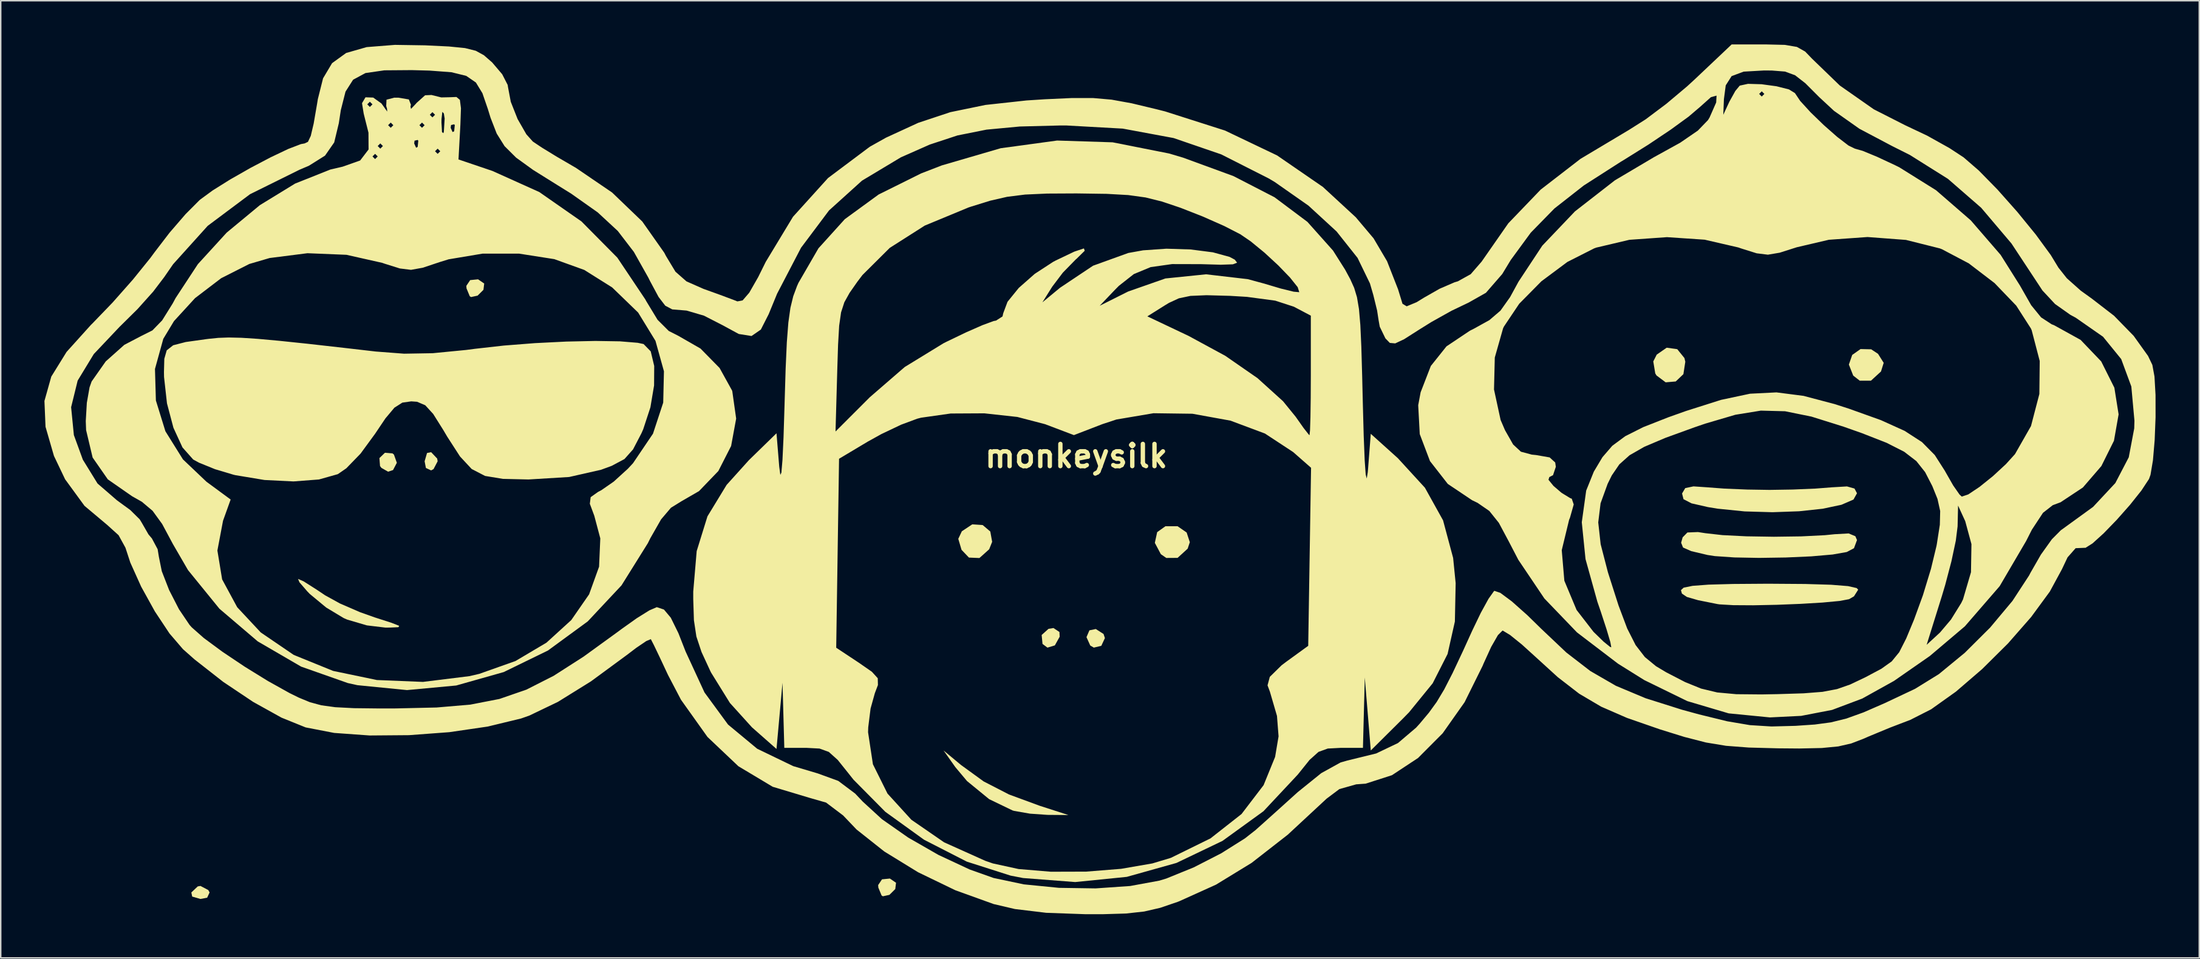
<source format=kicad_pcb>
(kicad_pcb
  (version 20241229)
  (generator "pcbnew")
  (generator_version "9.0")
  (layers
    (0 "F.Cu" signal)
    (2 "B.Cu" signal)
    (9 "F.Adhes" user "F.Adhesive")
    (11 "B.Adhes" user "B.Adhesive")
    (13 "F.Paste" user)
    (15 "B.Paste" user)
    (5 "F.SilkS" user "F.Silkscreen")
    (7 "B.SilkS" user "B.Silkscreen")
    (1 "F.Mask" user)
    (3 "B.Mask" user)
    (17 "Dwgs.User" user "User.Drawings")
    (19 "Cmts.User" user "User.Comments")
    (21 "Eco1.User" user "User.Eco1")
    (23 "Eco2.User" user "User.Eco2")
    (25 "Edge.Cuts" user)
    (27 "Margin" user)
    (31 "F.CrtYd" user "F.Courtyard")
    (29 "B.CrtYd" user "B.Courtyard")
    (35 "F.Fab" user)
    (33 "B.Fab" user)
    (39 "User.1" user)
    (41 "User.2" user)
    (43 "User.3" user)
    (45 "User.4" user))
  (footprint "monkeysilk"
    (layer "F.Cu")
    (at 70.808 28.262)
    (property "Reference" "monkeysilk" (at 0 0 0) (layer "F.SilkS") (effects (font (size 1.524 1.524) (thickness 0.3))))
    (attr board_only exclude_from_pos_files exclude_from_bom)
    (fp_poly (pts (xy -59.564 29.796) (xy -59.475 29.961) (xy -59.641 30.32) (xy -60.101 30.408) (xy -60.669 30.244) (xy -60.727 29.961) (xy -60.288 29.546) (xy -60.101 29.514)) (stroke (width 0) (type solid)) (fill yes) (layer "F.SilkS"))
    (fp_poly (pts (xy -43.856 0.171) (xy -43.824 0.358) (xy -44.106 0.895) (xy -44.271 0.984) (xy -44.63 0.818) (xy -44.718 0.358) (xy -44.553 -0.21) (xy -44.271 -0.268)) (stroke (width 0) (type solid)) (fill yes) (layer "F.SilkS"))
    (fp_poly (pts (xy -1.153 12.079) (xy -1.136 12.402) (xy -1.467 12.998) (xy -1.976 13.152) (xy -2.314 12.898) (xy -2.373 12.284) (xy -1.903 11.862) (xy -1.563 11.806)) (stroke (width 0) (type solid)) (fill yes) (layer "F.SilkS"))
    (fp_poly (pts (xy 1.874 12.215) (xy 1.968 12.496) (xy 1.72 13.029) (xy 1.206 13.15) (xy 0.961 13.006) (xy 0.703 12.433) (xy 0.904 11.965) (xy 1.342 11.874)) (stroke (width 0) (type solid)) (fill yes) (layer "F.SilkS"))
    (fp_poly (pts (xy -46.923 -0.183) (xy -46.824 -0.103) (xy -46.624 0.461) (xy -46.885 0.96) (xy -47.223 1.073) (xy -47.681 0.813) (xy -47.778 0.684) (xy -47.82 0.139) (xy -47.442 -0.227)) (stroke (width 0) (type solid)) (fill yes) (layer "F.SilkS"))
    (fp_poly (pts (xy -40.629 -11.846) (xy -40.681 -11.413) (xy -41.082 -11.015) (xy -41.532 -10.917) (xy -41.621 -10.974) (xy -41.843 -11.513) (xy -41.856 -11.686) (xy -41.592 -12.081) (xy -41.05 -12.135)) (stroke (width 0) (type solid)) (fill yes) (layer "F.SilkS"))
    (fp_poly (pts (xy -12.367 29.295) (xy -12.419 29.728) (xy -12.82 30.126) (xy -13.27 30.224) (xy -13.359 30.167) (xy -13.581 29.628) (xy -13.594 29.454) (xy -13.33 29.06) (xy -12.788 29.006)) (stroke (width 0) (type solid)) (fill yes) (layer "F.SilkS"))
    (fp_poly (pts (xy -6.419 4.737) (xy -5.898 5.18) (xy -5.77 5.887) (xy -5.974 6.399) (xy -6.643 7) (xy -7.364 6.97) (xy -7.871 6.438) (xy -8.095 5.683) (xy -7.851 5.164) (xy -7.136 4.689)) (stroke (width 0) (type solid)) (fill yes) (layer "F.SilkS"))
    (fp_poly (pts (xy 6.955 4.818) (xy 7.577 5.248) (xy 7.795 5.914) (xy 7.647 6.357) (xy 6.955 6.99) (xy 6.18 6.995) (xy 5.806 6.736) (xy 5.394 5.959) (xy 5.554 5.223) (xy 6.122 4.817)) (stroke (width 0) (type solid)) (fill yes) (layer "F.SilkS"))
    (fp_poly (pts (xy 54.555 -7.33) (xy 55.025 -7.018) (xy 55.413 -6.401) (xy 55.227 -5.807) (xy 54.537 -5.174) (xy 53.771 -5.174) (xy 53.321 -5.525) (xy 53.023 -6.282) (xy 53.252 -6.944) (xy 53.824 -7.347)) (stroke (width 0) (type solid)) (fill yes) (layer "F.SilkS"))
    (fp_poly (pts (xy 41.245 -7.339) (xy 41.739 -6.728) (xy 41.798 -6.476) (xy 41.667 -5.623) (xy 41.141 -5.122) (xy 40.45 -5.063) (xy 39.821 -5.534) (xy 39.736 -5.675) (xy 39.6 -6.498) (xy 39.837 -6.966) (xy 40.521 -7.44)) (stroke (width 0) (type solid)) (fill yes) (layer "F.SilkS"))
    (fp_poly (pts (xy -7.908 21.209) (xy -6.352 22.339) (xy -4.608 23.237) (xy -2.504 24.011) (xy -0.537 24.646) (xy -1.968 24.635) (xy -3.175 24.551) (xy -4.254 24.363) (xy -4.368 24.331) (xy -5.977 23.555) (xy -7.496 22.311) (xy -8.294 21.361) (xy -9.105 20.213)) (stroke (width 0) (type solid)) (fill yes) (layer "F.SilkS"))
    (fp_poly (pts (xy -53.021 8.602) (xy -52.117 9.177) (xy -51.549 9.559) (xy -50.525 10.123) (xy -49.16 10.715) (xy -48.15 11.074) (xy -46.993 11.447) (xy -46.464 11.655) (xy -46.512 11.748) (xy -47.083 11.774) (xy -47.401 11.778) (xy -48.683 11.624) (xy -50.024 11.23) (xy -50.263 11.127) (xy -51.469 10.402) (xy -52.6 9.465) (xy -52.768 9.291) (xy -53.307 8.668) (xy -53.404 8.435)) (stroke (width 0) (type solid)) (fill yes) (layer "F.SilkS"))
    (fp_poly (pts (xy 43.299 2.145) (xy 44.489 2.235) (xy 46.049 2.299) (xy 47.58 2.323) (xy 49.17 2.298) (xy 50.723 2.233) (xy 51.862 2.145) (xy 52.893 2.084) (xy 53.409 2.23) (xy 53.58 2.554) (xy 53.339 2.986) (xy 52.512 3.344) (xy 51.225 3.616) (xy 49.605 3.79) (xy 47.779 3.855) (xy 45.872 3.8) (xy 44.011 3.611) (xy 43.356 3.504) (xy 42.224 3.246) (xy 41.674 2.96) (xy 41.577 2.576) (xy 41.579 2.563) (xy 41.794 2.199) (xy 42.359 2.081)) (stroke (width 0) (type solid)) (fill yes) (layer "F.SilkS"))
    (fp_poly (pts (xy 43.179 5.296) (xy 44.353 5.428) (xy 46 5.51) (xy 47.878 5.539) (xy 49.748 5.514) (xy 51.369 5.433) (xy 52.043 5.366) (xy 53.008 5.312) (xy 53.468 5.503) (xy 53.581 5.767) (xy 53.373 6.327) (xy 52.874 6.589) (xy 51.908 6.759) (xy 50.441 6.886) (xy 48.686 6.964) (xy 46.856 6.991) (xy 45.165 6.96) (xy 43.826 6.868) (xy 43.327 6.792) (xy 42.201 6.526) (xy 41.642 6.278) (xy 41.511 5.95) (xy 41.615 5.58) (xy 41.942 5.246) (xy 42.666 5.217)) (stroke (width 0) (type solid)) (fill yes) (layer "F.SilkS"))
    (fp_poly (pts (xy 50.026 8.782) (xy 51.806 8.835) (xy 52.967 8.928) (xy 53.559 9.063) (xy 53.662 9.174) (xy 53.372 9.631) (xy 53.036 9.826) (xy 52.39 9.947) (xy 51.219 10.057) (xy 49.713 10.147) (xy 48.063 10.212) (xy 46.458 10.245) (xy 45.09 10.237) (xy 44.148 10.182) (xy 44.003 10.161) (xy 42.674 9.895) (xy 41.909 9.674) (xy 41.566 9.443) (xy 41.499 9.205) (xy 41.686 9.034) (xy 42.295 8.91) (xy 43.398 8.827) (xy 45.068 8.781) (xy 47.375 8.765) (xy 47.58 8.765)) (stroke (width 0) (type solid)) (fill yes) (layer "F.SilkS"))
    (fp_poly (pts (xy -57.29 -8.121) (xy -56.159 -8.047) (xy -54.676 -7.912) (xy -52.744 -7.71) (xy -50.269 -7.431) (xy -48.069 -7.177) (xy -46.13 -7.029) (xy -44.163 -7.062) (xy -41.871 -7.285) (xy -41.272 -7.363) (xy -39.289 -7.586) (xy -37.144 -7.754) (xy -34.995 -7.861) (xy -32.999 -7.904) (xy -31.313 -7.877) (xy -30.096 -7.777) (xy -29.691 -7.691) (xy -29.201 -7.189) (xy -28.962 -6.186) (xy -28.971 -4.849) (xy -29.223 -3.346) (xy -29.715 -1.844) (xy -29.84 -1.561) (xy -30.413 -0.46) (xy -31.004 0.205) (xy -31.876 0.67) (xy -32.609 0.94) (xy -34.8 1.437) (xy -37.577 1.606) (xy -37.615 1.606) (xy -39.344 1.566) (xy -40.57 1.364) (xy -41.488 0.889) (xy -42.289 0.028) (xy -43.166 -1.33) (xy -43.435 -1.786) (xy -44.129 -2.89) (xy -44.676 -3.49) (xy -45.236 -3.728) (xy -45.636 -3.756) (xy -46.247 -3.669) (xy -46.79 -3.323) (xy -47.406 -2.589) (xy -48.117 -1.531) (xy -49.112 -0.171) (xy -50.089 0.838) (xy -50.675 1.242) (xy -51.969 1.607) (xy -53.719 1.741) (xy -55.706 1.643) (xy -57.709 1.31) (xy -57.842 1.278) (xy -59.1 0.902) (xy -60.205 0.453) (xy -60.6 0.236) (xy -61.335 -0.592) (xy -61.956 -1.942) (xy -62.399 -3.618) (xy -62.6 -5.428) (xy -62.606 -5.765) (xy -62.582 -6.679) (xy -62.417 -7.259) (xy -61.972 -7.608) (xy -61.108 -7.831) (xy -59.685 -8.03) (xy -59.531 -8.049) (xy -58.88 -8.115) (xy -58.166 -8.141)) (stroke (width 0) (type solid)) (fill yes) (layer "F.SilkS"))
    (fp_poly (pts (xy -43.576 -24.624) (xy -42.99 -24.636) (xy -42.534 -24.654) (xy -42.297 -24.454) (xy -42.224 -23.877) (xy -42.263 -22.766) (xy -42.274 -22.554) (xy -42.393 -20.365) (xy -40.059 -19.573) (xy -36.849 -18.127) (xy -33.956 -16.111) (xy -31.492 -13.622) (xy -29.571 -10.753) (xy -29.514 -10.646) (xy -28.732 -9.356) (xy -27.964 -8.589) (xy -27.307 -8.255) (xy -25.786 -7.382) (xy -24.476 -6.048) (xy -23.623 -4.507) (xy -23.603 -4.445) (xy -23.338 -2.573) (xy -23.684 -0.691) (xy -24.56 1.027) (xy -25.887 2.406) (xy -27.068 3.088) (xy -27.812 3.547) (xy -28.489 4.345) (xy -29.226 5.636) (xy -29.399 5.983) (xy -31.206 8.878) (xy -33.521 11.348) (xy -36.249 13.347) (xy -39.29 14.83) (xy -42.549 15.752) (xy -45.928 16.067) (xy -49.329 15.73) (xy -49.987 15.585) (xy -53.194 14.455) (xy -56.172 12.722) (xy -58.8 10.481) (xy -60.955 7.83) (xy -61.991 6.043) (xy -62.73 4.663) (xy -63.385 3.76) (xy -64.121 3.139) (xy -64.795 2.757) (xy -66.46 1.599) (xy -67.501 0.102) (xy -67.949 -1.783) (xy -67.972 -2.402) (xy -67.899 -3.656) (xy -67.712 -4.721) (xy -67.57 -5.121) (xy -66.967 -5.98) (xy -63.223 -5.98) (xy -63.16 -3.817) (xy -62.506 -1.701) (xy -61.302 0.229) (xy -59.692 1.76) (xy -58.03 2.984) (xy -58.553 4.443) (xy -58.939 6.486) (xy -58.614 8.466) (xy -57.579 10.379) (xy -55.963 12.11) (xy -53.701 13.652) (xy -50.999 14.75) (xy -47.996 15.376) (xy -44.831 15.505) (xy -41.644 15.11) (xy -40.968 14.953) (xy -38.483 14.072) (xy -36.358 12.813) (xy -34.654 11.26) (xy -33.43 9.493) (xy -32.746 7.596) (xy -32.662 5.651) (xy -33.073 4.102) (xy -33.38 3.274) (xy -33.323 2.822) (xy -32.825 2.467) (xy -32.59 2.343) (xy -31.739 1.753) (xy -30.774 0.874) (xy -30.417 0.491) (xy -29.045 -1.539) (xy -28.344 -3.67) (xy -28.294 -5.821) (xy -28.875 -7.91) (xy -30.067 -9.855) (xy -31.847 -11.577) (xy -33.761 -12.779) (xy -35.816 -13.52) (xy -38.231 -13.898) (xy -40.738 -13.899) (xy -43.073 -13.508) (xy -43.694 -13.315) (xy -44.85 -12.93) (xy -45.652 -12.786) (xy -46.416 -12.88) (xy -47.462 -13.208) (xy -47.629 -13.266) (xy -50.082 -13.818) (xy -52.759 -13.927) (xy -55.355 -13.597) (xy -56.75 -13.188) (xy -58.682 -12.21) (xy -60.473 -10.843) (xy -61.918 -9.266) (xy -62.652 -8.049) (xy -63.223 -5.98) (xy -66.967 -5.98) (xy -66.601 -6.5) (xy -65.326 -7.637) (xy -64.164 -8.245) (xy -63.399 -8.628) (xy -62.731 -9.315) (xy -62.01 -10.473) (xy -61.808 -10.847) (xy -60.279 -13.176) (xy -58.301 -15.342) (xy -56.026 -17.226) (xy -53.605 -18.709) (xy -51.191 -19.671) (xy -50.343 -19.869) (xy -49.142 -20.294) (xy -48.931 -20.57) (xy -48.296 -20.57) (xy -48.117 -20.392) (xy -47.938 -20.57) (xy -48.117 -20.749) (xy -48.296 -20.57) (xy -48.931 -20.57) (xy -48.658 -20.928) (xy -44.003 -20.928) (xy -43.824 -20.749) (xy -43.645 -20.928) (xy -43.824 -21.107) (xy -44.003 -20.928) (xy -48.658 -20.928) (xy -48.564 -21.051) (xy -48.566 -21.286) (xy -47.938 -21.286) (xy -47.759 -21.107) (xy -47.58 -21.286) (xy -47.759 -21.465) (xy -45.434 -21.465) (xy -45.303 -21.17) (xy -45.195 -21.226) (xy -45.152 -21.651) (xy -45.195 -21.703) (xy -45.408 -21.654) (xy -45.434 -21.465) (xy -47.759 -21.465) (xy -47.938 -21.286) (xy -48.566 -21.286) (xy -48.571 -22.202) (xy -48.665 -22.579) (xy -48.7 -22.717) (xy -47.223 -22.717) (xy -47.044 -22.538) (xy -46.865 -22.717) (xy -45.076 -22.717) (xy -44.897 -22.538) (xy -44.718 -22.717) (xy -44.897 -22.896) (xy -43.562 -22.896) (xy -43.525 -22.245) (xy -43.432 -22.168) (xy -43.398 -22.27) (xy -43.382 -22.538) (xy -42.93 -22.538) (xy -42.799 -22.244) (xy -42.691 -22.3) (xy -42.648 -22.724) (xy -42.691 -22.777) (xy -42.904 -22.727) (xy -42.93 -22.538) (xy -43.382 -22.538) (xy -43.343 -23.177) (xy -43.398 -23.522) (xy -43.502 -23.633) (xy -43.559 -23.139) (xy -43.562 -22.896) (xy -44.897 -22.896) (xy -45.076 -22.717) (xy -46.865 -22.717) (xy -47.044 -22.896) (xy -47.223 -22.717) (xy -48.7 -22.717) (xy -48.879 -23.432) (xy -44.361 -23.432) (xy -44.182 -23.254) (xy -44.003 -23.432) (xy -44.182 -23.611) (xy -44.361 -23.432) (xy -48.879 -23.432) (xy -48.901 -23.524) (xy -49.002 -24.148) (xy -48.654 -24.148) (xy -48.475 -23.969) (xy -48.296 -24.148) (xy -48.475 -24.327) (xy -48.654 -24.148) (xy -49.002 -24.148) (xy -49.01 -24.2) (xy -49.011 -24.235) (xy -48.776 -24.632) (xy -48.246 -24.613) (xy -47.682 -24.209) (xy -47.571 -24.058) (xy -47.285 -23.651) (xy -47.299 -23.851) (xy -47.354 -24.034) (xy -47.334 -24.467) (xy -46.802 -24.607) (xy -46.518 -24.606) (xy -45.8 -24.485) (xy -45.657 -24.119) (xy -45.688 -24.005) (xy -45.654 -23.835) (xy -45.31 -24.197) (xy -45.274 -24.243) (xy -44.686 -24.77) (xy -44.247 -24.791)) (stroke (width 0) (type solid)) (fill yes) (layer "F.SilkS"))
    (fp_poly (pts (xy 2.498 -21.541) (xy 6.364 -20.775) (xy 7.334 -20.488) (xy 10.789 -19.222) (xy 13.61 -17.768) (xy 15.865 -16.079) (xy 17.622 -14.11) (xy 18.449 -12.803) (xy 18.806 -12.142) (xy 19.073 -11.549) (xy 19.267 -10.905) (xy 19.403 -10.094) (xy 19.497 -8.999) (xy 19.565 -7.503) (xy 19.623 -5.489) (xy 19.664 -3.756) (xy 19.728 -1.393) (xy 19.795 0.282) (xy 19.864 1.262) (xy 19.935 1.54) (xy 20.007 1.111) (xy 20.022 0.935) (xy 20.213 -1.528) (xy 22.073 0.147) (xy 23.93 2.175) (xy 25.174 4.414) (xy 25.865 6.994) (xy 26.038 8.726) (xy 25.985 11.36) (xy 25.484 13.589) (xy 24.461 15.602) (xy 22.843 17.589) (xy 22.4 18.041) (xy 20.214 20.213) (xy 20.008 17.708) (xy 19.802 15.204) (xy 19.739 17.619) (xy 19.676 20.034) (xy 18.14 20.034) (xy 17.262 20.08) (xy 16.626 20.31) (xy 16.015 20.858) (xy 15.212 21.858) (xy 15.208 21.864) (xy 12.847 24.386) (xy 10.035 26.422) (xy 6.874 27.936) (xy 3.471 28.89) (xy -0.07 29.247) (xy -3.645 28.971) (xy -4.507 28.804) (xy -7.511 27.844) (xy -10.443 26.342) (xy -13.102 24.424) (xy -15.29 22.213) (xy -15.566 21.864) (xy -16.369 20.861) (xy -16.981 20.312) (xy -17.617 20.081) (xy -18.493 20.034) (xy -18.497 20.034) (xy -20.034 20.034) (xy -20.096 17.798) (xy -20.157 15.562) (xy -20.364 17.835) (xy -20.57 20.109) (xy -22.257 18.621) (xy -23.766 16.952) (xy -25.055 14.872) (xy -25.119 14.745) (xy -25.716 13.451) (xy -25.813 13.159) (xy -16.472 13.159) (xy -14.92 14.187) (xy -14.023 14.81) (xy -13.621 15.253) (xy -13.609 15.719) (xy -13.822 16.283) (xy -14.114 17.334) (xy -14.275 18.623) (xy -14.286 18.961) (xy -13.953 21.159) (xy -12.952 23.173) (xy -11.313 24.971) (xy -9.066 26.52) (xy -6.244 27.788) (xy -5.724 27.968) (xy -3.958 28.353) (xy -1.744 28.538) (xy 0.682 28.531) (xy 3.083 28.338) (xy 5.224 27.968) (xy 6.491 27.587) (xy 9.212 26.25) (xy 11.343 24.577) (xy 12.857 22.595) (xy 13.648 20.654) (xy 13.885 19.243) (xy 13.776 17.84) (xy 13.291 16.177) (xy 13.128 15.741) (xy 13.283 15.159) (xy 14.094 14.363) (xy 14.421 14.116) (xy 15.92 13.028) (xy 16.017 6.916) (xy 16.115 0.804) (xy 14.884 -0.277) (xy 12.951 -1.547) (xy 10.584 -2.432) (xy 7.971 -2.906) (xy 5.299 -2.941) (xy 2.755 -2.51) (xy 1.799 -2.194) (xy -0.159 -1.439) (xy -2.137 -2.189) (xy -4.044 -2.686) (xy -6.31 -2.934) (xy -8.617 -2.922) (xy -10.648 -2.634) (xy -10.911 -2.566) (xy -12.016 -2.155) (xy -13.368 -1.512) (xy -14.31 -0.99) (xy -16.277 0.185) (xy -16.375 6.672) (xy -16.472 13.159) (xy -25.813 13.159) (xy -26.068 12.39) (xy -26.237 11.27) (xy -26.284 9.804) (xy -26.284 9.308) (xy -26.047 6.524) (xy -25.308 4.139) (xy -23.993 1.979) (xy -22.465 0.283) (xy -20.57 -1.565) (xy -20.382 0.738) (xy -20.307 1.291) (xy -20.233 1.133) (xy -20.16 0.269) (xy -20.087 -1.298) (xy -20.075 -1.687) (xy -16.519 -1.687) (xy -14.167 -4.039) (xy -11.769 -6.115) (xy -9.111 -7.743) (xy -8.907 -7.846) (xy -7.562 -8.493) (xy -6.426 -8.992) (xy -5.672 -9.269) (xy -5.504 -9.301) (xy -5.059 -9.586) (xy -5.058 -9.592) (xy 4.88 -9.592) (xy 7.717 -8.246) (xy 10.23 -6.882) (xy 12.439 -5.351) (xy 14.193 -3.764) (xy 15.059 -2.699) (xy 15.604 -1.926) (xy 15.956 -1.478) (xy 16.009 -1.433) (xy 16.044 -1.767) (xy 16.073 -2.674) (xy 16.092 -4.014) (xy 16.099 -5.536) (xy 16.099 -9.641) (xy 14.936 -10.254) (xy 13.659 -10.67) (xy 11.71 -10.931) (xy 10.554 -11) (xy 8.939 -11.044) (xy 7.836 -10.997) (xy 7.044 -10.831) (xy 6.363 -10.517) (xy 6.107 -10.362) (xy 4.88 -9.592) (xy -5.058 -9.592) (xy -5.008 -9.811) (xy -4.716 -10.592) (xy -3.944 -11.544) (xy -2.848 -12.51) (xy -1.583 -13.335) (xy -1.396 -13.433) (xy -0.133 -14.036) (xy 0.527 -14.257) (xy 0.582 -14.096) (xy 0.032 -13.554) (xy -0.04 -13.492) (xy -0.919 -12.593) (xy -1.649 -11.627) (xy -2.323 -10.554) (xy -1.114 -11.554) (xy 1.153 -13.069) (xy 3.571 -13.943) (xy 4.59 -14.126) (xy 6.187 -14.237) (xy 7.858 -14.184) (xy 9.379 -13.988) (xy 10.525 -13.674) (xy 10.88 -13.484) (xy 11.04 -13.277) (xy 10.749 -13.165) (xy 9.918 -13.137) (xy 8.559 -13.176) (xy 6.578 -13.181) (xy 5.107 -12.973) (xy 3.953 -12.495) (xy 2.927 -11.688) (xy 2.636 -11.394) (xy 1.61 -10.319) (xy 3.568 -11.3) (xy 6.122 -12.194) (xy 8.909 -12.479) (xy 11.772 -12.146) (xy 12.864 -11.85) (xy 14.041 -11.501) (xy 14.917 -11.286) (xy 15.305 -11.251) (xy 15.306 -11.252) (xy 15.196 -11.599) (xy 14.669 -12.258) (xy 13.863 -13.093) (xy 12.917 -13.967) (xy 11.972 -14.742) (xy 11.261 -15.228) (xy 10.157 -15.795) (xy 8.686 -16.446) (xy 7.161 -17.044) (xy 7.117 -17.06) (xy 5.874 -17.477) (xy 4.76 -17.755) (xy 3.566 -17.92) (xy 2.084 -18.003) (xy 0.106 -18.031) (xy 0 -18.032) (xy -2.004 -18.022) (xy -3.512 -17.954) (xy -4.741 -17.8) (xy -5.91 -17.532) (xy -7.237 -17.12) (xy -7.393 -17.068) (xy -10.395 -15.824) (xy -12.796 -14.295) (xy -14.67 -12.431) (xy -15.025 -11.963) (xy -15.556 -11.203) (xy -15.914 -10.56) (xy -16.139 -9.864) (xy -16.27 -8.946) (xy -16.345 -7.637) (xy -16.398 -5.954) (xy -16.519 -1.687) (xy -20.075 -1.687) (xy -20.016 -3.562) (xy -20.016 -3.577) (xy -19.943 -5.992) (xy -19.861 -7.815) (xy -19.756 -9.17) (xy -19.614 -10.181) (xy -19.421 -10.973) (xy -19.163 -11.668) (xy -19.065 -11.889) (xy -17.692 -14.262) (xy -15.883 -16.264) (xy -13.56 -17.958) (xy -10.647 -19.405) (xy -9.228 -19.955) (xy -5.185 -21.135) (xy -1.314 -21.663)) (stroke (width 0) (type solid)) (fill yes) (layer "F.SilkS"))
    (fp_poly (pts (xy 48.632 -28.231) (xy 49.456 -28.091) (xy 50.024 -27.772) (xy 50.5 -27.278) (xy 52.403 -25.439) (xy 54.736 -23.806) (xy 56.882 -22.715) (xy 58.392 -22.001) (xy 59.922 -21.147) (xy 60.895 -20.509) (xy 61.94 -19.605) (xy 63.221 -18.297) (xy 64.576 -16.771) (xy 65.848 -15.212) (xy 66.877 -13.805) (xy 67.407 -12.933) (xy 67.982 -12.207) (xy 68.937 -11.356) (xy 69.707 -10.802) (xy 71.222 -9.632) (xy 72.567 -8.254) (xy 73.553 -6.876) (xy 73.849 -6.261) (xy 73.996 -5.461) (xy 74.068 -4.191) (xy 74.07 -2.666) (xy 74.009 -1.101) (xy 73.891 0.288) (xy 73.723 1.286) (xy 73.621 1.572) (xy 73.099 2.366) (xy 72.317 3.348) (xy 71.409 4.374) (xy 70.508 5.304) (xy 69.748 5.993) (xy 69.262 6.3) (xy 69.196 6.299) (xy 68.585 6.325) (xy 68.03 6.955) (xy 67.646 7.767) (xy 66.814 9.303) (xy 65.533 11.049) (xy 63.94 12.868) (xy 62.172 14.622) (xy 60.369 16.174) (xy 58.667 17.387) (xy 57.239 18.112) (xy 55.848 18.644) (xy 54.376 19.254) (xy 54.02 19.41) (xy 53.187 19.73) (xy 52.294 19.935) (xy 51.165 20.044) (xy 49.623 20.077) (xy 48.149 20.065) (xy 46.152 20.012) (xy 44.598 19.893) (xy 43.215 19.665) (xy 41.732 19.283) (xy 40.055 18.762) (xy 37.8 17.979) (xy 36.026 17.206) (xy 34.515 16.315) (xy 33.045 15.178) (xy 31.565 13.829) (xy 30.582 12.937) (xy 29.769 12.282) (xy 29.283 11.989) (xy 29.25 11.985) (xy 28.94 12.292) (xy 28.475 13.104) (xy 27.951 14.252) (xy 27.887 14.406) (xy 26.652 16.899) (xy 25.147 19.033) (xy 23.456 20.73) (xy 21.667 21.91) (xy 19.863 22.491) (xy 19.213 22.538) (xy 18.058 22.864) (xy 17.181 23.522) (xy 14.515 25.997) (xy 12.033 27.932) (xy 9.594 29.424) (xy 7.059 30.569) (xy 6.949 30.611) (xy 5.768 31.014) (xy 4.664 31.269) (xy 3.416 31.407) (xy 1.804 31.455) (xy 0.618 31.454) (xy -2.063 31.358) (xy -4.21 31.099) (xy -5.669 30.757) (xy -8.293 29.811) (xy -10.853 28.573) (xy -13.174 27.147) (xy -15.076 25.639) (xy -15.998 24.673) (xy -17.165 23.791) (xy -18.301 23.465) (xy -20.831 22.705) (xy -23.187 21.294) (xy -25.306 19.285) (xy -27.124 16.732) (xy -28.017 15.025) (xy -28.559 13.867) (xy -28.977 12.993) (xy -29.189 12.579) (xy -29.195 12.571) (xy -29.505 12.7) (xy -30.197 13.169) (xy -30.836 13.655) (xy -33.297 15.464) (xy -35.565 16.873) (xy -37.53 17.817) (xy -38.1 18.017) (xy -40.388 18.571) (xy -43.019 18.956) (xy -45.79 19.162) (xy -48.493 19.183) (xy -50.925 19.008) (xy -52.88 18.63) (xy -52.887 18.628) (xy -54.537 17.96) (xy -56.482 16.88) (xy -58.533 15.508) (xy -60.505 13.963) (xy -61.301 13.258) (xy -62.225 12.182) (xy -63.228 10.67) (xy -64.171 8.965) (xy -64.915 7.313) (xy -65.249 6.292) (xy -65.72 5.434) (xy -66.499 4.729) (xy -68.059 3.418) (xy -69.391 1.593) (xy -70.155 -0.009) (xy -70.734 -2.011) (xy -70.79 -3.355) (xy -68.977 -3.355) (xy -68.789 -1.442) (xy -68.173 0.247) (xy -67.164 1.885) (xy -65.834 3.035) (xy -64.914 3.708) (xy -64.27 4.345) (xy -64.129 4.577) (xy -63.668 5.379) (xy -63.431 5.66) (xy -63.04 6.394) (xy -62.956 6.912) (xy -62.755 7.905) (xy -62.253 9.196) (xy -61.577 10.514) (xy -60.854 11.585) (xy -60.705 11.755) (xy -59.875 12.489) (xy -58.6 13.431) (xy -57.068 14.458) (xy -55.468 15.446) (xy -53.988 16.271) (xy -53.357 16.582) (xy -52.598 16.896) (xy -51.815 17.11) (xy -50.854 17.242) (xy -49.562 17.309) (xy -47.784 17.329) (xy -46.686 17.326) (xy -43.895 17.262) (xy -41.582 17.065) (xy -39.583 16.676) (xy -37.732 16.036) (xy -35.864 15.088) (xy -33.813 13.773) (xy -31.415 12.034) (xy -31.23 11.895) (xy -30.168 11.139) (xy -29.294 10.594) (xy -28.79 10.375) (xy -28.78 10.375) (xy -28.293 10.538) (xy -27.823 11.099) (xy -27.3 12.163) (xy -26.807 13.42) (xy -25.511 16.229) (xy -23.896 18.433) (xy -21.891 20.097) (xy -19.424 21.287) (xy -17.735 21.79) (xy -16.33 22.302) (xy -15.168 23.175) (xy -14.652 23.722) (xy -13.333 24.932) (xy -11.53 26.194) (xy -9.452 27.386) (xy -7.311 28.385) (xy -5.677 28.966) (xy -3.601 29.405) (xy -1.188 29.644) (xy 1.326 29.682) (xy 3.701 29.518) (xy 5.699 29.151) (xy 6.187 29.003) (xy 8.064 28.239) (xy 9.951 27.272) (xy 11.577 26.249) (xy 12.302 25.68) (xy 12.928 25.121) (xy 13.894 24.253) (xy 15.008 23.247) (xy 15.204 23.07) (xy 16.816 21.769) (xy 18.141 21.036) (xy 18.603 20.904) (xy 20.581 20.419) (xy 22.08 19.704) (xy 23.327 18.643) (xy 23.57 18.374) (xy 24.202 17.62) (xy 24.734 16.886) (xy 25.25 16.026) (xy 25.829 14.896) (xy 26.555 13.352) (xy 27.172 11.994) (xy 27.763 10.765) (xy 28.293 9.8) (xy 28.66 9.283) (xy 28.698 9.253) (xy 29.104 9.392) (xy 29.893 9.978) (xy 30.965 10.932) (xy 31.921 11.867) (xy 33.635 13.489) (xy 35.28 14.758) (xy 37.033 15.772) (xy 39.071 16.626) (xy 41.573 17.417) (xy 42.741 17.736) (xy 44.674 18.209) (xy 46.232 18.473) (xy 47.713 18.565) (xy 49.359 18.522) (xy 50.687 18.431) (xy 51.795 18.282) (xy 52.853 18.021) (xy 54.03 17.597) (xy 55.496 16.958) (xy 57.419 16.05) (xy 57.568 15.979) (xy 59.198 14.972) (xy 60.975 13.51) (xy 62.718 11.774) (xy 64.249 9.945) (xy 65.387 8.203) (xy 65.482 8.02) (xy 66.202 6.765) (xy 66.952 5.715) (xy 67.574 5.089) (xy 67.599 5.073) (xy 69.783 3.489) (xy 71.309 1.853) (xy 72.231 0.084) (xy 72.606 -1.902) (xy 72.621 -2.426) (xy 72.407 -4.777) (xy 71.712 -6.659) (xy 70.465 -8.193) (xy 68.594 -9.497) (xy 68.226 -9.695) (xy 67.171 -10.441) (xy 66.304 -11.372) (xy 66.187 -11.552) (xy 64.181 -14.595) (xy 62.103 -17.047) (xy 59.822 -19.032) (xy 57.21 -20.673) (xy 55.987 -21.287) (xy 53.745 -22.473) (xy 52.002 -23.703) (xy 50.992 -24.64) (xy 50.036 -25.597) (xy 49.332 -26.145) (xy 48.645 -26.398) (xy 47.739 -26.47) (xy 47.19 -26.473) (xy 45.803 -26.394) (xy 44.977 -26.087) (xy 44.572 -25.45) (xy 44.448 -24.506) (xy 44.405 -23.432) (xy 44.82 -24.327) (xy 45.118 -24.863) (xy 46.865 -24.863) (xy 47.044 -24.685) (xy 47.223 -24.863) (xy 47.044 -25.042) (xy 46.865 -24.863) (xy 45.118 -24.863) (xy 45.23 -25.066) (xy 45.534 -25.434) (xy 46.1 -25.556) (xy 47.031 -25.529) (xy 48.058 -25.389) (xy 48.912 -25.173) (xy 49.325 -24.918) (xy 49.327 -24.912) (xy 49.682 -24.383) (xy 50.397 -23.6) (xy 51.301 -22.724) (xy 52.225 -21.911) (xy 52.997 -21.32) (xy 53.434 -21.107) (xy 53.969 -20.955) (xy 54.949 -20.551) (xy 56.183 -19.975) (xy 56.486 -19.825) (xy 59.006 -18.251) (xy 61.391 -16.181) (xy 63.437 -13.815) (xy 64.761 -11.713) (xy 65.535 -10.356) (xy 66.215 -9.521) (xy 66.936 -9.05) (xy 67.112 -8.98) (xy 68.926 -7.977) (xy 70.339 -6.499) (xy 71.243 -4.693) (xy 71.534 -2.862) (xy 71.215 -1.052) (xy 70.352 0.685) (xy 69.083 2.157) (xy 67.549 3.173) (xy 67.014 3.373) (xy 66.345 3.896) (xy 65.581 5.057) (xy 65.19 5.829) (xy 63.371 8.933) (xy 60.984 11.689) (xy 58.577 13.728) (xy 56.12 15.437) (xy 53.941 16.649) (xy 51.873 17.428) (xy 49.751 17.837) (xy 47.604 17.943) (xy 44.773 17.665) (xy 41.935 16.823) (xy 38.985 15.381) (xy 37.183 14.256) (xy 34.364 12.106) (xy 32.127 9.778) (xy 30.339 7.123) (xy 29.689 5.872) (xy 29.001 4.584) (xy 28.348 3.768) (xy 27.545 3.214) (xy 27.163 3.029) (xy 25.498 1.912) (xy 24.276 0.345) (xy 23.574 -1.509) (xy 23.468 -3.491) (xy 23.634 -4.379) (xy 23.709 -4.571) (xy 28.67 -4.571) (xy 29.123 -2.477) (xy 29.425 -1.775) (xy 29.982 -0.796) (xy 30.517 -0.299) (xy 31.264 -0.099) (xy 31.571 -0.068) (xy 32.489 0.093) (xy 32.87 0.44) (xy 32.913 0.737) (xy 32.72 1.312) (xy 32.465 1.443) (xy 32.409 1.628) (xy 32.752 2.049) (xy 33.308 2.527) (xy 33.893 2.884) (xy 34.007 2.929) (xy 34.141 3.322) (xy 33.885 4.226) (xy 33.824 4.376) (xy 33.319 6.462) (xy 33.497 8.559) (xy 34.337 10.566) (xy 35.5 12.069) (xy 36.188 12.739) (xy 36.638 13.104) (xy 36.719 13.127) (xy 36.653 12.77) (xy 36.394 11.895) (xy 35.991 10.662) (xy 35.764 10.002) (xy 34.95 7.074) (xy 34.695 4.554) (xy 35.823 4.554) (xy 35.989 6.054) (xy 36.482 7.958) (xy 36.526 8.101) (xy 37.215 10.255) (xy 37.811 11.839) (xy 38.389 12.978) (xy 39.023 13.799) (xy 39.785 14.426) (xy 40.482 14.843) (xy 41.782 15.516) (xy 42.883 15.964) (xy 43.988 16.229) (xy 45.299 16.349) (xy 47.02 16.365) (xy 48.117 16.345) (xy 49.92 16.289) (xy 51.215 16.187) (xy 52.209 15.999) (xy 53.108 15.685) (xy 54.121 15.204) (xy 54.199 15.164) (xy 55.255 14.602) (xy 55.963 14.097) (xy 56.479 13.465) (xy 56.736 12.959) (xy 58.36 12.959) (xy 59.278 12.114) (xy 60.029 11.226) (xy 60.731 10.094) (xy 60.856 9.838) (xy 61.403 7.974) (xy 61.435 6.045) (xy 61.009 4.472) (xy 60.517 3.399) (xy 60.484 4.83) (xy 60.362 5.807) (xy 60.061 7.223) (xy 59.636 8.838) (xy 59.406 9.61) (xy 58.36 12.959) (xy 56.736 12.959) (xy 56.959 12.519) (xy 57.491 11.239) (xy 58.107 9.548) (xy 58.658 7.739) (xy 59.034 6.179) (xy 59.057 6.058) (xy 59.266 4.714) (xy 59.289 3.773) (xy 59.105 2.942) (xy 58.75 2.063) (xy 58.255 1.102) (xy 57.653 0.344) (xy 56.816 -0.298) (xy 55.616 -0.908) (xy 53.927 -1.57) (xy 52.661 -2.017) (xy 50.457 -2.709) (xy 48.644 -3.077) (xy 46.982 -3.12) (xy 45.234 -2.836) (xy 43.159 -2.225) (xy 42.446 -1.981) (xy 40.435 -1.251) (xy 38.985 -0.637) (xy 37.973 -0.057) (xy 37.271 0.57) (xy 36.755 1.325) (xy 36.468 1.906) (xy 35.983 3.243) (xy 35.823 4.554) (xy 34.695 4.554) (xy 34.694 4.545) (xy 34.996 2.37) (xy 35.52 1.068) (xy 36.112 0.077) (xy 36.786 -0.705) (xy 37.675 -1.363) (xy 38.913 -1.987) (xy 40.633 -2.663) (xy 41.856 -3.098) (xy 44.25 -3.858) (xy 46.239 -4.281) (xy 48.052 -4.372) (xy 49.913 -4.133) (xy 52.05 -3.568) (xy 53.018 -3.256) (xy 55.22 -2.467) (xy 56.85 -1.73) (xy 58.039 -0.96) (xy 58.917 -0.071) (xy 59.616 1.022) (xy 59.643 1.073) (xy 60.18 2.014) (xy 60.617 2.642) (xy 60.771 2.782) (xy 61.219 2.631) (xy 61.992 2.115) (xy 62.912 1.375) (xy 63.799 0.555) (xy 64.423 -0.134) (xy 65.521 -2.06) (xy 66.096 -4.263) (xy 66.12 -6.528) (xy 65.568 -8.64) (xy 65.512 -8.765) (xy 64.507 -10.33) (xy 63.016 -11.881) (xy 61.248 -13.232) (xy 59.411 -14.201) (xy 59.265 -14.257) (xy 56.941 -14.84) (xy 54.304 -15.039) (xy 51.647 -14.85) (xy 49.445 -14.335) (xy 48.277 -13.963) (xy 47.466 -13.826) (xy 46.696 -13.921) (xy 45.646 -14.25) (xy 45.431 -14.324) (xy 43.127 -14.856) (xy 40.539 -15.03) (xy 37.96 -14.848) (xy 35.687 -14.312) (xy 35.538 -14.257) (xy 33.705 -13.328) (xy 31.924 -12.001) (xy 30.402 -10.46) (xy 29.349 -8.889) (xy 29.291 -8.765) (xy 28.724 -6.766) (xy 28.67 -4.571) (xy 23.709 -4.571) (xy 24.334 -6.186) (xy 25.408 -7.532) (xy 27.014 -8.605) (xy 27.287 -8.743) (xy 28.353 -9.333) (xy 29.113 -9.984) (xy 29.773 -10.913) (xy 30.351 -11.972) (xy 31.984 -14.446) (xy 34.224 -16.798) (xy 36.965 -18.931) (xy 39.639 -20.515) (xy 41.447 -21.513) (xy 42.658 -22.344) (xy 43.354 -23.065) (xy 43.466 -23.252) (xy 43.917 -24.277) (xy 43.943 -24.746) (xy 43.559 -24.642) (xy 42.794 -23.959) (xy 42.026 -23.305) (xy 40.797 -22.41) (xy 39.269 -21.386) (xy 37.602 -20.344) (xy 37.383 -20.213) (xy 34.83 -18.576) (xy 32.816 -16.998) (xy 31.194 -15.339) (xy 29.818 -13.46) (xy 29.235 -12.498) (xy 28.115 -11.209) (xy 26.936 -10.542) (xy 25.752 -9.975) (xy 24.367 -9.2) (xy 23.536 -8.682) (xy 22.506 -8.026) (xy 21.891 -7.736) (xy 21.52 -7.768) (xy 21.221 -8.077) (xy 21.212 -8.09) (xy 20.829 -8.881) (xy 20.749 -9.329) (xy 20.647 -9.997) (xy 20.386 -11.063) (xy 20.156 -11.854) (xy 19.306 -13.606) (xy 17.865 -15.422) (xy 15.937 -17.194) (xy 13.627 -18.813) (xy 13.223 -19.054) (xy 9.959 -20.709) (xy 6.68 -21.835) (xy 3.194 -22.482) (xy -0.691 -22.698) (xy -1.073 -22.698) (xy -3.867 -22.627) (xy -6.157 -22.412) (xy -8.151 -22.013) (xy -10.051 -21.387) (xy -12.035 -20.51) (xy -14.699 -18.912) (xy -16.963 -16.866) (xy -18.886 -14.302) (xy -20.528 -11.149) (xy -21.107 -9.74) (xy -21.644 -8.685) (xy -22.284 -8.243) (xy -23.16 -8.382) (xy -24.274 -8.987) (xy -25.548 -9.64) (xy -26.74 -9.989) (xy -27.075 -10.017) (xy -27.723 -10.07) (xy -28.204 -10.325) (xy -28.663 -10.924) (xy -29.245 -12.008) (xy -29.367 -12.253) (xy -30.358 -14.016) (xy -31.461 -15.454) (xy -32.841 -16.732) (xy -34.66 -18.017) (xy -35.611 -18.608) (xy -37.277 -19.649) (xy -38.441 -20.491) (xy -39.229 -21.275) (xy -39.771 -22.141) (xy -40.193 -23.227) (xy -40.378 -23.827) (xy -40.751 -24.912) (xy -41.199 -25.647) (xy -41.862 -26.103) (xy -42.878 -26.353) (xy -44.386 -26.466) (xy -45.594 -26.498) (xy -47.478 -26.484) (xy -48.779 -26.296) (xy -49.626 -25.839) (xy -50.147 -25.02) (xy -50.47 -23.746) (xy -50.607 -22.848) (xy -50.923 -21.533) (xy -51.553 -20.627) (xy -52.661 -19.932) (xy -53.304 -19.659) (xy -56.7 -17.978) (xy -59.604 -15.806) (xy -61.978 -13.172) (xy -62.588 -12.287) (xy -63.344 -11.292) (xy -64.42 -10.091) (xy -65.589 -8.935) (xy -65.637 -8.89) (xy -67.422 -7.002) (xy -68.528 -5.182) (xy -68.977 -3.355) (xy -70.79 -3.355) (xy -70.808 -3.784) (xy -70.339 -5.455) (xy -69.29 -7.15) (xy -67.625 -8.998) (xy -67.495 -9.126) (xy -66.131 -10.541) (xy -64.734 -12.122) (xy -63.547 -13.592) (xy -63.236 -14.013) (xy -62.217 -15.342) (xy -61.122 -16.611) (xy -60.177 -17.56) (xy -60.112 -17.616) (xy -59.264 -18.237) (xy -58.064 -18.988) (xy -56.684 -19.775) (xy -55.299 -20.504) (xy -54.082 -21.083) (xy -53.208 -21.418) (xy -52.952 -21.465) (xy -52.725 -21.573) (xy -52.531 -21.982) (xy -52.333 -22.823) (xy -52.091 -24.225) (xy -52.046 -24.506) (xy -51.688 -25.934) (xy -51.07 -26.975) (xy -50.103 -27.675) (xy -48.695 -28.078) (xy -46.757 -28.231) (xy -44.692 -28.2) (xy -43.049 -28.121) (xy -41.946 -28.011) (xy -41.205 -27.826) (xy -40.651 -27.52) (xy -40.108 -27.048) (xy -40.078 -27.02) (xy -39.394 -26.215) (xy -39.019 -25.484) (xy -38.994 -25.322) (xy -38.805 -24.322) (xy -38.336 -23.137) (xy -37.735 -22.09) (xy -37.291 -21.594) (xy -36.68 -21.184) (xy -35.656 -20.557) (xy -34.434 -19.845) (xy -34.344 -19.794) (xy -31.853 -18.096) (xy -29.782 -16.106) (xy -28.272 -13.961) (xy -28.149 -13.727) (xy -27.503 -12.657) (xy -26.75 -11.995) (xy -25.594 -11.484) (xy -25.556 -11.47) (xy -24.439 -11.067) (xy -23.549 -10.735) (xy -23.254 -10.619) (xy -22.895 -10.687) (xy -22.438 -11.218) (xy -21.826 -12.289) (xy -21.307 -13.336) (xy -19.438 -16.429) (xy -17.033 -19.089) (xy -14.167 -21.237) (xy -13.056 -21.86) (xy -10.84 -22.88) (xy -8.636 -23.612) (xy -6.232 -24.107) (xy -3.417 -24.415) (xy -2.146 -24.497) (xy -0.285 -24.582) (xy 1.153 -24.581) (xy 2.426 -24.47) (xy 3.796 -24.222) (xy 5.52 -23.809) (xy 6.103 -23.661) (xy 10.21 -22.349) (xy 13.786 -20.64) (xy 16.927 -18.478) (xy 19.184 -16.396) (xy 20.407 -14.946) (xy 21.33 -13.38) (xy 22.086 -11.449) (xy 22.391 -10.454) (xy 22.678 -10.282) (xy 23.365 -10.567) (xy 23.872 -10.88) (xy 24.943 -11.49) (xy 25.956 -11.928) (xy 26.19 -11.998) (xy 27.07 -12.487) (xy 27.823 -13.354) (xy 27.827 -13.361) (xy 29.651 -15.98) (xy 31.874 -18.295) (xy 34.602 -20.403) (xy 37.914 -22.382) (xy 39.078 -23.119) (xy 40.495 -24.183) (xy 41.924 -25.385) (xy 42.427 -25.847) (xy 44.98 -28.262) (xy 47.322 -28.262)) (stroke (width 0) (type solid)) (fill yes) (layer "F.SilkS")))
  (gr_rect
    (start -3 -3)
    (end 147.878 62.717)
    (stroke (width 0.1) (type default))
    (fill no)
    (layer "Edge.Cuts")))
</source>
